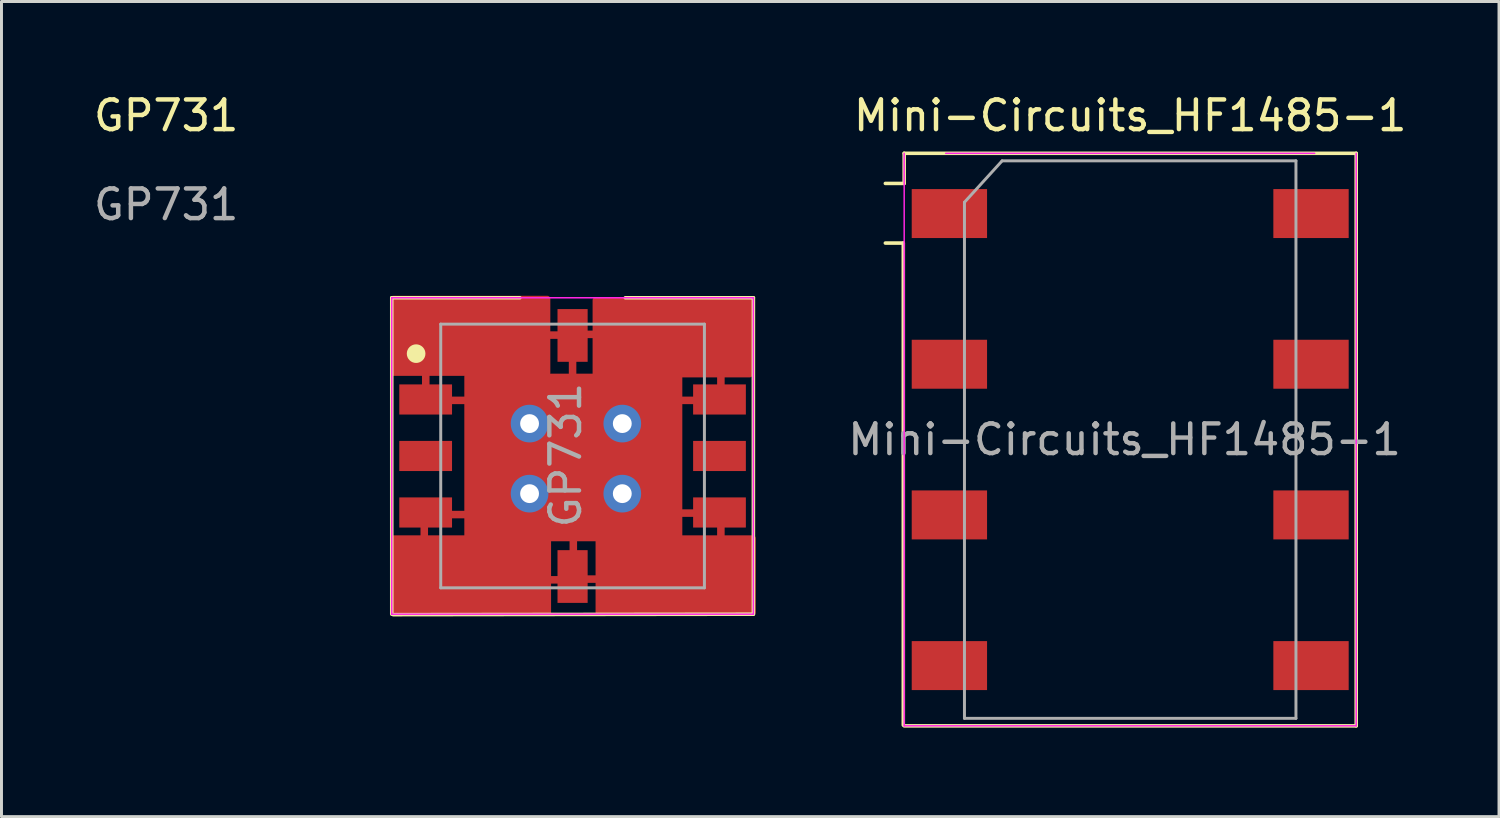
<source format=kicad_pcb>
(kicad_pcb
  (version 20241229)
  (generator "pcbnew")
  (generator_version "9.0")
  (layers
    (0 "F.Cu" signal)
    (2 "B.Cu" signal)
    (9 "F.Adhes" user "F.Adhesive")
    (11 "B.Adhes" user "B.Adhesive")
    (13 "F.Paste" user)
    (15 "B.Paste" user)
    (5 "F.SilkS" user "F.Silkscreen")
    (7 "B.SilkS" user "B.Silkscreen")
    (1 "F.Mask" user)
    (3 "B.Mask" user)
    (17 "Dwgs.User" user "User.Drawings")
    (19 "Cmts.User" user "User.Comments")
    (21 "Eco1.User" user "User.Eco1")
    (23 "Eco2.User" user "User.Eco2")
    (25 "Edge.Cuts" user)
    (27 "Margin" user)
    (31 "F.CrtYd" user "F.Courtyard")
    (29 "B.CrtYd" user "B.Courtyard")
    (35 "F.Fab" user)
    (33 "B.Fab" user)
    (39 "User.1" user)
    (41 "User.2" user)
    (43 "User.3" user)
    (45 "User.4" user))
  (footprint "GP731"
    (layer "F.Cu")
    (at 16.254 12.323)
    (property "Reference" "GP731" (at -13.7 -11.475 0) (unlocked yes) (layer "F.SilkS") (effects (font (size 1 1) (thickness 0.15))))
    (attr smd)
    (fp_line (start -5 2.1) (end -5 3.15) (stroke (width 0.254) (type solid)) (layer "F.Cu"))
    (fp_line (start -4.95 -3.1) (end -4.95 -2.05) (stroke (width 0.254) (type solid)) (layer "F.Cu"))
    (fp_line (start -4.4 1.975) (end -3.35 1.975) (stroke (width 0.254) (type solid)) (layer "F.Cu"))
    (fp_line (start -4.225 -1.875) (end -3.175 -1.875) (stroke (width 0.254) (type solid)) (layer "F.Cu"))
    (fp_line (start -1.275 4.175) (end -0.225 4.175) (stroke (width 0.254) (type solid)) (layer "F.Cu"))
    (fp_line (start -1.2 -4.075) (end -0.15 -4.075) (stroke (width 0.254) (type solid)) (layer "F.Cu"))
    (fp_line (start 0 -3.55) (end 0 -2.5) (stroke (width 0.254) (type solid)) (layer "F.Cu"))
    (fp_line (start 0.025 2.475) (end 0.025 3.525) (stroke (width 0.254) (type solid)) (layer "F.Cu"))
    (fp_line (start 0.1 -4.1) (end 1.15 -4.1) (stroke (width 0.254) (type solid)) (layer "F.Cu"))
    (fp_line (start 0.125 4.15) (end 1.175 4.15) (stroke (width 0.254) (type solid)) (layer "F.Cu"))
    (fp_line (start 3.35 -1.875) (end 4.4 -1.875) (stroke (width 0.254) (type solid)) (layer "F.Cu"))
    (fp_line (start 3.425 1.925) (end 4.475 1.925) (stroke (width 0.254) (type solid)) (layer "F.Cu"))
    (fp_line (start 4.975 -2.925) (end 5 -3.05) (stroke (width 0.2) (type solid)) (layer "F.Cu"))
    (fp_line (start 5 -3.05) (end 5 -2) (stroke (width 0.254) (type solid)) (layer "F.Cu"))
    (fp_line (start 5 2.075) (end 5 3.125) (stroke (width 0.254) (type solid)) (layer "F.Cu"))
    (fp_rect (start -6.05 -5.3) (end -0.85 -2.8) (stroke (width 0.2) (type solid)) (fill yes) (layer "F.Cu"))
    (fp_rect (start -6.025 2.775) (end -0.825 5.275) (stroke (width 0.2) (type solid)) (fill yes) (layer "F.Cu"))
    (fp_rect (start -3.55 -2.675) (end 3.6 2.775) (stroke (width 0.2) (type solid)) (fill yes) (layer "F.Cu"))
    (fp_rect (start 0.775 -5.25) (end 5.975 -2.75) (stroke (width 0.2) (type solid)) (fill yes) (layer "F.Cu"))
    (fp_rect (start 0.875 2.775) (end 6.075 5.275) (stroke (width 0.2) (type solid)) (fill yes) (layer "F.Cu"))
    (fp_line (start -6.096 -5.334) (end -6.096 5.334) (stroke (width 0.12) (type solid)) (layer "F.SilkS"))
    (fp_line (start -6.096 -5.334) (end -1.778 -5.334) (stroke (width 0.12) (type solid)) (layer "F.SilkS"))
    (fp_line (start -6.05 5.35) (end 6.096 5.334) (stroke (width 0.12) (type solid)) (layer "F.SilkS"))
    (fp_line (start 6.096 -5.334) (end 1.778 -5.334) (stroke (width 0.12) (type solid)) (layer "F.SilkS"))
    (fp_line (start 6.096 -5.334) (end 6.096 5.334) (stroke (width 0.12) (type solid)) (layer "F.SilkS"))
    (fp_circle (center -5.275 -3.45) (end -5.021 -3.45) (stroke (width 0.12) (type solid)) (fill yes) (layer "F.SilkS"))
    (fp_line (start -6.096 5.334) (end -6.096 -5.334) (stroke (width 0.05) (type solid)) (layer "F.CrtYd"))
    (fp_line (start -6.096 5.334) (end 6.096 5.334) (stroke (width 0.05) (type solid)) (layer "F.CrtYd"))
    (fp_line (start 6.096 -5.334) (end -6.096 -5.334) (stroke (width 0.05) (type solid)) (layer "F.CrtYd"))
    (fp_line (start 6.096 -5.334) (end 6.096 5.334) (stroke (width 0.05) (type solid)) (layer "F.CrtYd"))
    (fp_line (start -4.445 -4.445) (end 4.445 -4.445) (stroke (width 0.1) (type solid)) (layer "F.Fab"))
    (fp_line (start -4.445 4.445) (end -4.445 -4.445) (stroke (width 0.1) (type solid)) (layer "F.Fab"))
    (fp_line (start 4.445 -4.445) (end 4.445 4.445) (stroke (width 0.1) (type solid)) (layer "F.Fab"))
    (fp_line (start 4.445 4.445) (end -4.445 4.445) (stroke (width 0.1) (type solid)) (layer "F.Fab"))
    (fp_text user "${REFERENCE}" (at -13.7 -8.475 0) (unlocked yes) (layer "F.Fab") (effects (font (size 1 1) (thickness 0.15))))
    (fp_text user "${REFERENCE}" (at -0.238 -0.03 270) (layer "F.Fab") (effects (font (size 1 1) (thickness 0.15))))
    (pad "" thru_hole circle (at -1.45 -1.092) (size 1.27 1.27) (drill 0.635) (layers "*.Cu" "*.Mask"))
    (pad "" thru_hole circle (at -1.45 1.27) (size 1.27 1.27) (drill 0.635) (layers "*.Cu" "*.Mask"))
    (pad "" thru_hole circle (at 1.676 -1.092) (size 1.27 1.27) (drill 0.635) (layers "*.Cu" "*.Mask"))
    (pad "" thru_hole circle (at 1.676 1.27) (size 1.27 1.27) (drill 0.635) (layers "*.Cu" "*.Mask"))
    (pad "1" smd rect (at -4.953 -1.905 90) (size 1.016 1.778) (layers "F.Cu" "F.Mask" "F.Paste"))
    (pad "2" smd rect (at -4.953 0 90) (size 1.016 1.778) (layers "F.Cu" "F.Mask" "F.Paste"))
    (pad "3" smd rect (at -4.953 1.905 90) (size 1.016 1.778) (layers "F.Cu" "F.Mask" "F.Paste"))
    (pad "4" smd rect (at 0 4.064 270) (size 1.778 1.016) (layers "F.Cu" "F.Mask" "F.Paste"))
    (pad "5" smd rect (at 4.953 1.905 270) (size 1.016 1.778) (layers "F.Cu" "F.Mask" "F.Paste"))
    (pad "6" smd rect (at 4.953 0 270) (size 1.016 1.778) (layers "F.Cu" "F.Mask" "F.Paste"))
    (pad "7" smd rect (at 4.953 -1.905 270) (size 1.016 1.778) (layers "F.Cu" "F.Mask" "F.Paste"))
    (pad "8" smd rect (at 0 -4.064 270) (size 1.778 1.016) (layers "F.Cu" "F.Mask" "F.Paste")))
  (footprint "Mini-Circuits_HF1485-1"
    (layer "F.Cu")
    (at 35.054 11.77)
    (property "Reference" "Mini-Circuits_HF1485-1" (at 0 -10.922 0) (layer "F.SilkS") (effects (font (size 1 1) (thickness 0.15))))
    (attr smd)
    (fp_line (start -7.65 -6.625) (end -8.255 -6.625) (stroke (width 0.12) (type solid)) (layer "F.SilkS"))
    (fp_line (start -7.65 9.625) (end -7.65 -6.625) (stroke (width 0.12) (type solid)) (layer "F.SilkS"))
    (fp_line (start -7.62 -9.652) (end -7.62 -8.636) (stroke (width 0.12) (type solid)) (layer "F.SilkS"))
    (fp_line (start -7.62 -8.636) (end -8.255 -8.636) (stroke (width 0.12) (type solid)) (layer "F.SilkS"))
    (fp_line (start 7.62 -9.652) (end -7.62 -9.652) (stroke (width 0.12) (type solid)) (layer "F.SilkS"))
    (fp_line (start 7.62 9.652) (end -7.62 9.652) (stroke (width 0.12) (type solid)) (layer "F.SilkS"))
    (fp_line (start 7.62 9.652) (end 7.62 -9.652) (stroke (width 0.12) (type solid)) (layer "F.SilkS"))
    (fp_line (start -7.62 -9.65) (end -7.62 9.65) (stroke (width 0.05) (type solid)) (layer "F.CrtYd"))
    (fp_line (start -6.22 -9.65) (end 6.22 -9.65) (stroke (width 0.05) (type solid)) (layer "F.CrtYd"))
    (fp_line (start 7.62 9.65) (end -7.62 9.65) (stroke (width 0.05) (type solid)) (layer "F.CrtYd"))
    (fp_line (start 7.62 9.65) (end 7.62 -9.65) (stroke (width 0.05) (type solid)) (layer "F.CrtYd"))
    (fp_line (start -5.588 -8.001) (end -5.588 9.398) (stroke (width 0.1) (type solid)) (layer "F.Fab"))
    (fp_line (start -4.318 -9.398) (end -5.588 -8.001) (stroke (width 0.1) (type solid)) (layer "F.Fab"))
    (fp_line (start 5.588 -9.398) (end -4.318 -9.398) (stroke (width 0.1) (type solid)) (layer "F.Fab"))
    (fp_line (start 5.588 9.398) (end -5.588 9.398) (stroke (width 0.1) (type solid)) (layer "F.Fab"))
    (fp_line (start 5.588 9.398) (end 5.588 -9.398) (stroke (width 0.1) (type solid)) (layer "F.Fab"))
    (fp_text user "${REFERENCE}" (at -0.191 0 180) (layer "F.Fab") (effects (font (size 1 1) (thickness 0.15))))
    (pad "1" smd rect (at -6.096 -7.62 270) (size 1.651 2.54) (layers "F.Cu" "F.Mask" "F.Paste"))
    (pad "2" smd rect (at 6.096 -7.62 270) (size 1.651 2.54) (layers "F.Cu" "F.Mask" "F.Paste"))
    (pad "3" smd rect (at -6.096 -2.54 270) (size 1.651 2.54) (layers "F.Cu" "F.Mask" "F.Paste"))
    (pad "4" smd rect (at 6.096 -2.54 270) (size 1.651 2.54) (layers "F.Cu" "F.Mask" "F.Paste"))
    (pad "5" smd rect (at -6.096 2.54 270) (size 1.651 2.54) (layers "F.Cu" "F.Mask" "F.Paste"))
    (pad "6" smd rect (at 6.096 2.54 270) (size 1.651 2.54) (layers "F.Cu" "F.Mask" "F.Paste"))
    (pad "7" smd rect (at -6.096 7.62 270) (size 1.651 2.54) (layers "F.Cu" "F.Mask" "F.Paste"))
    (pad "8" smd rect (at 6.096 7.62 270) (size 1.651 2.54) (layers "F.Cu" "F.Mask" "F.Paste")))
  (gr_rect
    (start -3 -3)
    (end 47.488 24.482)
    (stroke (width 0.1) (type default))
    (fill no)
    (layer "Edge.Cuts")))
</source>
